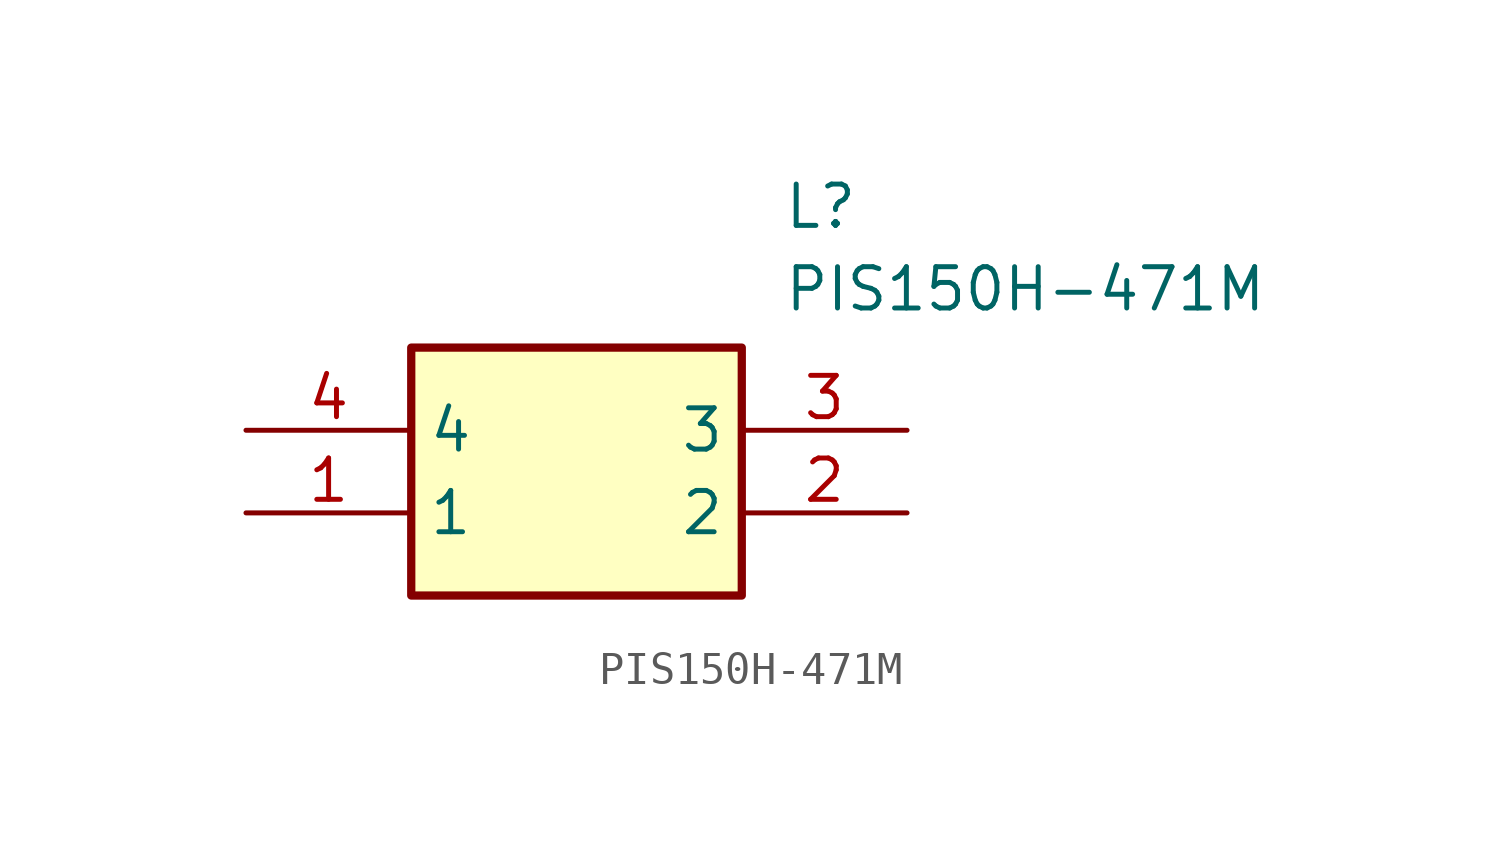
<source format=kicad_sym>
(kicad_symbol_lib
  (version 20211014)
  (generator SamacSys_ECAD_Model)
  (symbol "PIS150H-471M"
    (property "Reference" "L"
      (at 16.51 7.62 0)
      (effects (font (size 1.27 1.27)) (justify left top)))
    (property "Value" "PIS150H-471M"
      (at 16.51 5.08 0)
      (effects (font (size 1.27 1.27)) (justify left top)))
    (rectangle
      (start 5.08 2.54)
      (end 15.24 -5.08)
      (stroke (width 0.254) (type default))
      (fill (type background)))
    (pin passive line
      (at 0 -2.54 0)
      (length 5.08)
      (name "1" (effects (font (size 1.27 1.27))))
      (number "1" (effects (font (size 1.27 1.27)))))
    (pin passive line
      (at 20.32 -2.54 180)
      (length 5.08)
      (name "2" (effects (font (size 1.27 1.27))))
      (number "2" (effects (font (size 1.27 1.27)))))
    (pin passive line
      (at 20.32 0 180)
      (length 5.08)
      (name "3" (effects (font (size 1.27 1.27))))
      (number "3" (effects (font (size 1.27 1.27)))))
    (pin passive line
      (at 0 0 0)
      (length 5.08)
      (name "4" (effects (font (size 1.27 1.27))))
      (number "4" (effects (font (size 1.27 1.27)))))))
</source>
